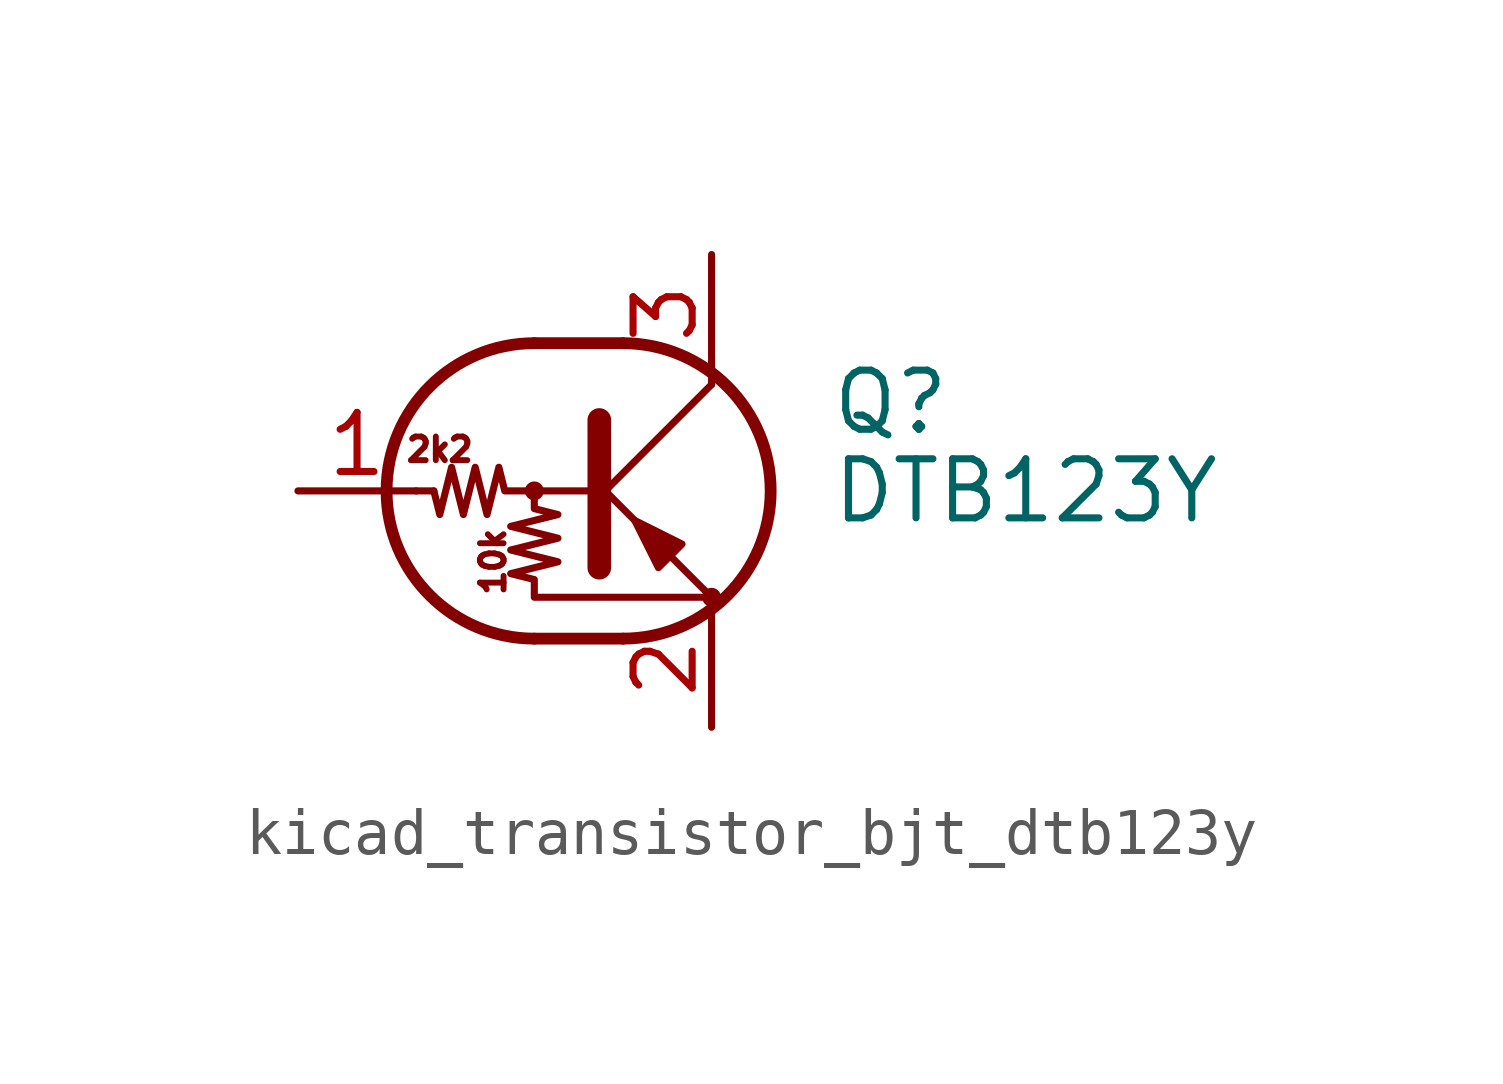
<source format=kicad_sym>
(kicad_symbol_lib
  (version 20220914)
  (generator kicad_symbol_editor)
  (symbol "kicad_transistor_bjt_dtb123y"
    (pin_names
      (offset 0) hide)
    (property "Reference" "Q"
      (at 5.08 1.905 0)
      (effects (font (size 1.27 1.27)) (justify left)))
    (property "Value" "DTB123Y"
      (at 5.08 0 0)
      (effects (font (size 1.27 1.27)) (justify left)))
    (symbol "kicad_transistor_bjt_dtb123y_0_0"
      (text "10k" (at -2.159 -1.524 900) (effects (font (size 0.508 0.508))))
      (text "2k2" (at -3.302 0.889 0) (effects (font (size 0.508 0.508)))))
    (symbol "kicad_transistor_bjt_dtb123y_0_1"
      (circle (center -1.27 0) (radius 0.127) (stroke (width 0) (type default)) (fill (type none)))
      (arc (start -1.27 3.175) (mid -4.4312 0) (end -1.27 -3.175) (stroke (width 0.254) (type default)) (fill (type none)))
      (polyline (pts (xy -3.429 0) (xy -3.81 0)) (stroke (width 0) (type default)) (fill (type none)))
      (polyline (pts (xy -1.27 -3.175) (xy 0.635 -3.175)) (stroke (width 0.254) (type default)) (fill (type none)))
      (polyline (pts (xy -1.27 3.175) (xy 0.635 3.175)) (stroke (width 0.254) (type default)) (fill (type none)))
      (polyline (pts (xy 0 -0.254) (xy 2.54 2.286)) (stroke (width 0) (type default)) (fill (type none)))
      (polyline (pts (xy 0.127 1.524) (xy 0.127 -1.651)) (stroke (width 0.508) (type default)) (fill (type outline)))
      (polyline (pts (xy 2.54 2.286) (xy 2.54 2.54)) (stroke (width 0) (type default)) (fill (type none)))
      (polyline (pts (xy 2.54 -2.286) (xy 0 0.254) (xy 0 0.254)) (stroke (width 0) (type default)) (fill (type none)))
      (polyline (pts (xy 1.397 -1.651) (xy 1.905 -1.143) (xy 0.889 -0.635) (xy 1.397 -1.651)) (stroke (width 0) (type default)) (fill (type outline)))
      (polyline (pts (xy 0 0) (xy -1.905 0) (xy -2.032 0.508) (xy -2.286 -0.508) (xy -2.54 0.508) (xy -2.794 -0.508) (xy -3.048 0.508) (xy -3.302 -0.508) (xy -3.429 0)) (stroke (width 0) (type default)) (fill (type none)))
      (polyline (pts (xy -1.27 0) (xy -1.27 -0.381) (xy -0.762 -0.508) (xy -1.778 -0.762) (xy -0.762 -1.016) (xy -1.778 -1.27) (xy -0.762 -1.524) (xy -1.778 -1.778) (xy -1.27 -1.905) (xy -1.27 -2.286) (xy 2.54 -2.286)) (stroke (width 0) (type default)) (fill (type none)))
      (arc (start 0.635 -3.175) (mid 3.7962 0) (end 0.635 3.175) (stroke (width 0.254) (type default)) (fill (type none)))
      (circle (center 2.54 -2.286) (radius 0.127) (stroke (width 0) (type default)) (fill (type none))))
    (symbol "kicad_transistor_bjt_dtb123y_1_1"
      (pin input line (at -6.35 0 0) (length 2.54) (name "B" (effects (font (size 1.27 1.27)))) (number "1" (effects (font (size 1.27 1.27)))))
      (pin passive line (at 2.54 -5.08 90) (length 2.54) (name "E" (effects (font (size 1.27 1.27)))) (number "2" (effects (font (size 1.27 1.27)))))
      (pin passive line (at 2.54 5.08 270) (length 2.54) (name "C" (effects (font (size 1.27 1.27)))) (number "3" (effects (font (size 1.27 1.27))))))))
</source>
